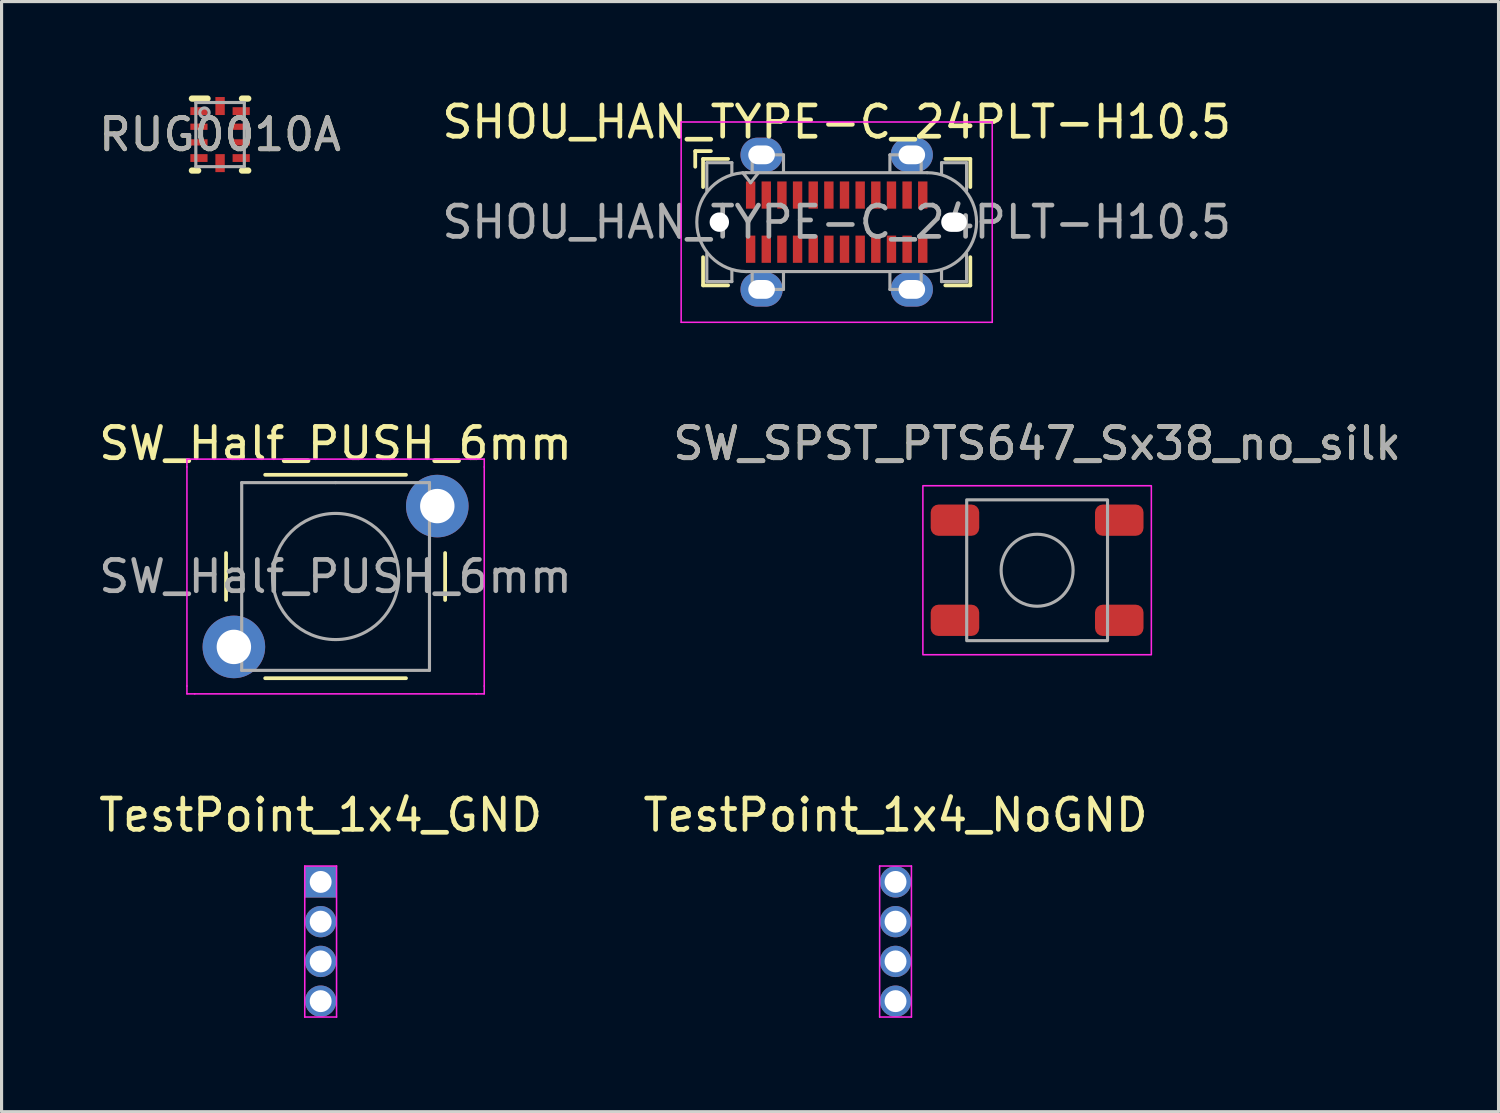
<source format=kicad_pcb>
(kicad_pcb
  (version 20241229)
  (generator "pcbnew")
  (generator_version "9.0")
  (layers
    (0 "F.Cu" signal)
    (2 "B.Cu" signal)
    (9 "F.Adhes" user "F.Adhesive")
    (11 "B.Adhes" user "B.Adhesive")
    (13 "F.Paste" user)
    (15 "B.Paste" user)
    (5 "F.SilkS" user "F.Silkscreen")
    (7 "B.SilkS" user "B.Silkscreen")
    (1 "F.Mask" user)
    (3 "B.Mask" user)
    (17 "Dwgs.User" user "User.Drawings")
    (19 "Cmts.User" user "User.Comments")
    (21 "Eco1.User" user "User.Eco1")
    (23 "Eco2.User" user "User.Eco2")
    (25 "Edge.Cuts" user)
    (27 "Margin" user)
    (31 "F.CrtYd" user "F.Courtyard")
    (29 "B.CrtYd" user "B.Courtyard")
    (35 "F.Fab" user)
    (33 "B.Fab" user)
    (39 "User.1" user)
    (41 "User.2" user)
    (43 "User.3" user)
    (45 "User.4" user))
  (footprint "SW_SPST_PTS647_Sx38_no_silk"
    (layer "F.Cu")
    (at 30.089 15.171)
    (property "Reference" "SW_SPST_PTS647_Sx38_no_silk" (at 0 -4.05 0) (layer "F.SilkS") (effects (font (size 1 1) (thickness 0.15))))
    (attr smd exclude_from_bom allow_missing_courtyard)
    (fp_rect (start -3.65 -2.7) (end 3.65 2.7) (stroke (width 0.05) (type default)) (fill no) (layer "F.CrtYd"))
    (fp_rect (start -2.25 -2.25) (end 2.25 2.25) (stroke (width 0.1) (type default)) (fill no) (layer "F.Fab"))
    (fp_circle (center 0 0) (end 1.15 0) (stroke (width 0.1) (type solid)) (fill no) (layer "F.Fab"))
    (fp_text user "${REFERENCE}" (at 0 -4.05 0) (layer "F.Fab") (effects (font (size 1 1) (thickness 0.15))))
    (pad "1" smd roundrect (at -2.625 -1.6) (size 1.55 1) (layers "F.Cu" "F.Mask" "F.Paste") (roundrect_rratio 0.25))
    (pad "1" smd roundrect (at 2.625 -1.6) (size 1.55 1) (layers "F.Cu" "F.Mask" "F.Paste") (roundrect_rratio 0.25))
    (pad "2" smd roundrect (at -2.625 1.6) (size 1.55 1) (layers "F.Cu" "F.Mask" "F.Paste") (roundrect_rratio 0.25))
    (pad "2" smd roundrect (at 2.625 1.6) (size 1.55 1) (layers "F.Cu" "F.Mask" "F.Paste") (roundrect_rratio 0.25)))
  (footprint "RUG0010A"
    (layer "F.Cu")
    (at 3.982 1.25)
    (property "Reference" "RUG0010A" (at 0 0 0) (unlocked yes) (layer "F.SilkS") (effects (font (size 1 1) (thickness 0.15))))
    (attr smd)
    (fp_line (start -0.9 -1.15) (end -0.4 -1.15) (stroke (width 0.2) (type solid)) (layer "F.SilkS"))
    (fp_line (start -0.9 1.15) (end -0.7 1.15) (stroke (width 0.2) (type solid)) (layer "F.SilkS"))
    (fp_line (start 0.7 -1.15) (end 0.9 -1.15) (stroke (width 0.2) (type solid)) (layer "F.SilkS"))
    (fp_line (start 0.7 1.15) (end 0.9 1.15) (stroke (width 0.2) (type solid)) (layer "F.SilkS"))
    (fp_line (start -0.775 -1.025) (end 0.775 -1.025) (stroke (width 0.1) (type solid)) (layer "F.Fab"))
    (fp_line (start -0.775 1.025) (end -0.775 -1.025) (stroke (width 0.1) (type solid)) (layer "F.Fab"))
    (fp_line (start -0.775 1.025) (end 0.775 1.025) (stroke (width 0.1) (type solid)) (layer "F.Fab"))
    (fp_line (start 0.775 1.025) (end 0.775 -1.025) (stroke (width 0.1) (type solid)) (layer "F.Fab"))
    (fp_circle (center -0.5 -0.7) (end -0.35 -0.7) (stroke (width 0.1) (type solid)) (fill no) (layer "F.Fab"))
    (fp_text user "${REFERENCE}" (at 0 0 0) (unlocked yes) (layer "F.Fab") (effects (font (size 1 1) (thickness 0.15))))
    (pad "1" smd rect (at -0.675 -0.75 90) (size 0.25 0.55) (layers "F.Cu" "F.Mask" "F.Paste"))
    (pad "2" smd rect (at -0.675 -0.25 90) (size 0.2 0.55) (layers "F.Cu" "F.Mask" "F.Paste"))
    (pad "3" smd rect (at -0.675 0.25 90) (size 0.2 0.55) (layers "F.Cu" "F.Mask" "F.Paste"))
    (pad "4" smd rect (at -0.675 0.75 90) (size 0.25 0.55) (layers "F.Cu" "F.Mask" "F.Paste"))
    (pad "5" smd rect (at 0 0.912 90) (size 0.575 0.3) (layers "F.Cu" "F.Mask" "F.Paste"))
    (pad "6" smd rect (at 0.675 0.75 90) (size 0.25 0.55) (layers "F.Cu" "F.Mask" "F.Paste"))
    (pad "7" smd rect (at 0.675 0.25 90) (size 0.2 0.55) (layers "F.Cu" "F.Mask" "F.Paste"))
    (pad "8" smd rect (at 0.675 -0.25 90) (size 0.2 0.55) (layers "F.Cu" "F.Mask" "F.Paste"))
    (pad "9" smd rect (at 0.675 -0.75 90) (size 0.25 0.55) (layers "F.Cu" "F.Mask" "F.Paste"))
    (pad "10" smd rect (at 0 -0.912 90) (size 0.575 0.3) (layers "F.Cu" "F.Mask" "F.Paste")))
  (footprint "TestPoint_1x4_GND"
    (layer "F.Cu")
    (at 7.196 25.13)
    (property "Reference" "TestPoint_1x4_GND" (at 0 -2.135 0) (layer "F.SilkS") (effects (font (size 1 1) (thickness 0.15))))
    (attr through_hole)
    (fp_line (start -0.508 -0.508) (end 0.508 -0.508) (stroke (width 0.05) (type solid)) (layer "F.CrtYd"))
    (fp_line (start -0.508 4.318) (end -0.508 -0.508) (stroke (width 0.05) (type solid)) (layer "F.CrtYd"))
    (fp_line (start 0.508 -0.508) (end 0.508 4.318) (stroke (width 0.05) (type solid)) (layer "F.CrtYd"))
    (fp_line (start 0.508 4.318) (end -0.508 4.318) (stroke (width 0.05) (type solid)) (layer "F.CrtYd"))
    (pad "1" thru_hole rect (at 0 0) (size 1 1) (drill 0.7) (layers "*.Cu" "*.Mask"))
    (pad "2" thru_hole oval (at 0 1.27) (size 1 1) (drill 0.7) (layers "*.Cu" "*.Mask"))
    (pad "3" thru_hole oval (at 0 2.54) (size 1 1) (drill 0.7) (layers "*.Cu" "*.Mask"))
    (pad "4" thru_hole oval (at 0 3.81) (size 1 1) (drill 0.7) (layers "*.Cu" "*.Mask")))
  (footprint "TestPoint_1x4_NoGND"
    (layer "F.Cu")
    (at 25.565 25.13)
    (property "Reference" "TestPoint_1x4_NoGND" (at 0 -2.135 0) (layer "F.SilkS") (effects (font (size 1 1) (thickness 0.15))))
    (attr through_hole)
    (fp_line (start -0.508 -0.508) (end 0.508 -0.508) (stroke (width 0.05) (type solid)) (layer "F.CrtYd"))
    (fp_line (start -0.508 4.318) (end -0.508 -0.508) (stroke (width 0.05) (type solid)) (layer "F.CrtYd"))
    (fp_line (start 0.508 -0.508) (end 0.508 4.318) (stroke (width 0.05) (type solid)) (layer "F.CrtYd"))
    (fp_line (start 0.508 4.318) (end -0.508 4.318) (stroke (width 0.05) (type solid)) (layer "F.CrtYd"))
    (pad "1" thru_hole oval (at 0 0) (size 1 1) (drill 0.7) (layers "*.Cu" "*.Mask"))
    (pad "2" thru_hole oval (at 0 1.27) (size 1 1) (drill 0.7) (layers "*.Cu" "*.Mask"))
    (pad "3" thru_hole oval (at 0 2.54) (size 1 1) (drill 0.7) (layers "*.Cu" "*.Mask"))
    (pad "4" thru_hole oval (at 0 3.81) (size 1 1) (drill 0.7) (layers "*.Cu" "*.Mask")))
  (footprint "SW_Half_PUSH_6mm"
    (layer "F.Cu")
    (at 4.423 13.121)
    (property "Reference" "SW_Half_PUSH_6mm" (at 3.25 -2 0) (layer "F.SilkS") (effects (font (size 1 1) (thickness 0.15))))
    (attr through_hole exclude_from_bom allow_missing_courtyard)
    (fp_line (start -0.25 1.5) (end -0.25 3) (stroke (width 0.12) (type solid)) (layer "F.SilkS"))
    (fp_line (start 1 5.5) (end 5.5 5.5) (stroke (width 0.12) (type solid)) (layer "F.SilkS"))
    (fp_line (start 5.5 -1) (end 1 -1) (stroke (width 0.12) (type solid)) (layer "F.SilkS"))
    (fp_line (start 6.75 3) (end 6.75 1.5) (stroke (width 0.12) (type solid)) (layer "F.SilkS"))
    (fp_line (start -1.5 -1.5) (end -1.25 -1.5) (stroke (width 0.05) (type solid)) (layer "F.CrtYd"))
    (fp_line (start -1.5 -1.25) (end -1.5 -1.5) (stroke (width 0.05) (type solid)) (layer "F.CrtYd"))
    (fp_line (start -1.5 5.75) (end -1.5 -1.25) (stroke (width 0.05) (type solid)) (layer "F.CrtYd"))
    (fp_line (start -1.5 5.75) (end -1.5 6) (stroke (width 0.05) (type solid)) (layer "F.CrtYd"))
    (fp_line (start -1.5 6) (end -1.25 6) (stroke (width 0.05) (type solid)) (layer "F.CrtYd"))
    (fp_line (start -1.25 -1.5) (end 7.75 -1.5) (stroke (width 0.05) (type solid)) (layer "F.CrtYd"))
    (fp_line (start 7.75 -1.5) (end 8 -1.5) (stroke (width 0.05) (type solid)) (layer "F.CrtYd"))
    (fp_line (start 7.75 6) (end -1.25 6) (stroke (width 0.05) (type solid)) (layer "F.CrtYd"))
    (fp_line (start 7.75 6) (end 8 6) (stroke (width 0.05) (type solid)) (layer "F.CrtYd"))
    (fp_line (start 8 -1.5) (end 8 -1.25) (stroke (width 0.05) (type solid)) (layer "F.CrtYd"))
    (fp_line (start 8 -1.25) (end 8 5.75) (stroke (width 0.05) (type solid)) (layer "F.CrtYd"))
    (fp_line (start 8 6) (end 8 5.75) (stroke (width 0.05) (type solid)) (layer "F.CrtYd"))
    (fp_line (start 0.25 -0.75) (end 3.25 -0.75) (stroke (width 0.1) (type solid)) (layer "F.Fab"))
    (fp_line (start 0.25 5.25) (end 0.25 -0.75) (stroke (width 0.1) (type solid)) (layer "F.Fab"))
    (fp_line (start 3.25 -0.75) (end 6.25 -0.75) (stroke (width 0.1) (type solid)) (layer "F.Fab"))
    (fp_line (start 6.25 -0.75) (end 6.25 5.25) (stroke (width 0.1) (type solid)) (layer "F.Fab"))
    (fp_line (start 6.25 5.25) (end 0.25 5.25) (stroke (width 0.1) (type solid)) (layer "F.Fab"))
    (fp_circle (center 3.25 2.25) (end 1.25 2.5) (stroke (width 0.1) (type solid)) (fill no) (layer "F.Fab"))
    (fp_text user "${REFERENCE}" (at 3.25 2.25 0) (layer "F.Fab") (effects (font (size 1 1) (thickness 0.15))))
    (pad "1" thru_hole circle (at 6.5 0 90) (size 2 2) (drill 1.1) (layers "*.Cu" "*.Mask"))
    (pad "2" thru_hole circle (at 0 4.5 90) (size 2 2) (drill 1.1) (layers "*.Cu" "*.Mask")))
  (footprint "SHOU_HAN_TYPE-C_24PLT-H10.5"
    (layer "F.Cu")
    (at 23.685 4.048)
    (property "Reference" "SHOU_HAN_TYPE-C_24PLT-H10.5" (at 0 -3.2 0) (layer "F.SilkS") (effects (font (size 1 1) (thickness 0.15))))
    (attr smd)
    (fp_line (start -4.52 -2.27) (end -4.52 -1.77) (stroke (width 0.12) (type solid)) (layer "F.SilkS"))
    (fp_line (start -4.52 -2.27) (end -4.02 -2.27) (stroke (width 0.12) (type solid)) (layer "F.SilkS"))
    (fp_line (start -4.27 -2.02) (end -4.27 -1.12) (stroke (width 0.12) (type solid)) (layer "F.SilkS"))
    (fp_line (start -4.27 -2.02) (end -3.47 -2.02) (stroke (width 0.12) (type solid)) (layer "F.SilkS"))
    (fp_line (start -4.27 2.02) (end -4.27 1.12) (stroke (width 0.12) (type solid)) (layer "F.SilkS"))
    (fp_line (start -4.27 2.02) (end -3.47 2.02) (stroke (width 0.12) (type solid)) (layer "F.SilkS"))
    (fp_line (start 4.27 -2.02) (end 3.47 -2.02) (stroke (width 0.12) (type solid)) (layer "F.SilkS"))
    (fp_line (start 4.27 -2.02) (end 4.27 -1.12) (stroke (width 0.12) (type solid)) (layer "F.SilkS"))
    (fp_line (start 4.27 2.02) (end 3.47 2.02) (stroke (width 0.12) (type solid)) (layer "F.SilkS"))
    (fp_line (start 4.27 2.02) (end 4.27 1.12) (stroke (width 0.12) (type solid)) (layer "F.SilkS"))
    (fp_line (start -4.97 -3.2) (end -4.97 3.2) (stroke (width 0.05) (type solid)) (layer "F.CrtYd"))
    (fp_line (start -4.97 3.2) (end 4.97 3.2) (stroke (width 0.05) (type solid)) (layer "F.CrtYd"))
    (fp_line (start 4.97 -3.2) (end -4.97 -3.2) (stroke (width 0.05) (type solid)) (layer "F.CrtYd"))
    (fp_line (start 4.97 3.2) (end 4.97 -3.2) (stroke (width 0.05) (type solid)) (layer "F.CrtYd"))
    (fp_line (start -4.15 -1.9) (end -4.15 -1) (stroke (width 0.1) (type solid)) (layer "F.Fab"))
    (fp_line (start -4.15 -1.9) (end -3.35 -1.9) (stroke (width 0.1) (type solid)) (layer "F.Fab"))
    (fp_line (start -4.15 1.9) (end -4.15 1) (stroke (width 0.1) (type solid)) (layer "F.Fab"))
    (fp_line (start -4.15 1.9) (end -3.35 1.9) (stroke (width 0.1) (type solid)) (layer "F.Fab"))
    (fp_line (start -3.35 -1.9) (end -3.35 -1.55) (stroke (width 0.1) (type solid)) (layer "F.Fab"))
    (fp_line (start -3.35 1.9) (end -3.35 1.55) (stroke (width 0.1) (type solid)) (layer "F.Fab"))
    (fp_line (start -2.89 1.58) (end 2.89 1.58) (stroke (width 0.1) (type solid)) (layer "F.Fab"))
    (fp_line (start -2.75 -1.26) (end -3 -1.58) (stroke (width 0.1) (type solid)) (layer "F.Fab"))
    (fp_line (start -2.7 -2.15) (end -1.7 -2.15) (stroke (width 0.1) (type solid)) (layer "F.Fab"))
    (fp_line (start -2.7 -1.6) (end -2.7 -2.15) (stroke (width 0.1) (type solid)) (layer "F.Fab"))
    (fp_line (start -2.7 1.6) (end -2.7 2.15) (stroke (width 0.1) (type solid)) (layer "F.Fab"))
    (fp_line (start -2.7 2.15) (end -1.7 2.15) (stroke (width 0.1) (type solid)) (layer "F.Fab"))
    (fp_line (start -2.5 -1.58) (end -2.75 -1.26) (stroke (width 0.1) (type solid)) (layer "F.Fab"))
    (fp_line (start -1.7 -2.15) (end -1.7 -1.6) (stroke (width 0.1) (type solid)) (layer "F.Fab"))
    (fp_line (start -1.7 2.15) (end -1.7 1.6) (stroke (width 0.1) (type solid)) (layer "F.Fab"))
    (fp_line (start 1.7 -2.15) (end 1.7 -1.6) (stroke (width 0.1) (type solid)) (layer "F.Fab"))
    (fp_line (start 1.7 2.15) (end 1.7 1.6) (stroke (width 0.1) (type solid)) (layer "F.Fab"))
    (fp_line (start 2.7 -2.15) (end 1.7 -2.15) (stroke (width 0.1) (type solid)) (layer "F.Fab"))
    (fp_line (start 2.7 -1.6) (end 2.7 -2.15) (stroke (width 0.1) (type solid)) (layer "F.Fab"))
    (fp_line (start 2.7 1.6) (end 2.7 2.15) (stroke (width 0.1) (type solid)) (layer "F.Fab"))
    (fp_line (start 2.7 2.15) (end 1.7 2.15) (stroke (width 0.1) (type solid)) (layer "F.Fab"))
    (fp_line (start 2.89 -1.58) (end -2.89 -1.58) (stroke (width 0.1) (type solid)) (layer "F.Fab"))
    (fp_line (start 3.35 -1.9) (end 3.35 -1.55) (stroke (width 0.1) (type solid)) (layer "F.Fab"))
    (fp_line (start 3.35 1.9) (end 3.35 1.55) (stroke (width 0.1) (type solid)) (layer "F.Fab"))
    (fp_line (start 4.15 -1.9) (end 3.35 -1.9) (stroke (width 0.1) (type solid)) (layer "F.Fab"))
    (fp_line (start 4.15 -1.9) (end 4.15 -1) (stroke (width 0.1) (type solid)) (layer "F.Fab"))
    (fp_line (start 4.15 1.9) (end 3.35 1.9) (stroke (width 0.1) (type solid)) (layer "F.Fab"))
    (fp_line (start 4.15 1.9) (end 4.15 1) (stroke (width 0.1) (type solid)) (layer "F.Fab"))
    (fp_arc (start -2.89 1.58) (mid -4.47 0) (end -2.89 -1.58) (stroke (width 0.1) (type solid)) (layer "F.Fab"))
    (fp_arc (start 2.89 -1.58) (mid 4.47 0) (end 2.89 1.58) (stroke (width 0.1) (type solid)) (layer "F.Fab"))
    (fp_text user "${REFERENCE}" (at 0 0 0) (unlocked yes) (layer "F.Fab") (effects (font (size 1 1) (thickness 0.15))))
    (pad "" np_thru_hole circle (at -3.75 0) (size 0.62 0.62) (drill 0.62) (layers "*.Cu" "*.Mask"))
    (pad "" np_thru_hole oval (at 3.75 0) (size 0.82 0.62) (drill oval 0.82 0.62) (layers "*.Cu" "*.Mask"))
    (pad "A1" smd rect (at -2.75 -0.865) (size 0.3 0.87) (layers "F.Cu" "F.Mask" "F.Paste"))
    (pad "A2" smd rect (at -2.25 -0.865) (size 0.3 0.87) (layers "F.Cu" "F.Mask" "F.Paste"))
    (pad "A3" smd rect (at -1.75 -0.865) (size 0.3 0.87) (layers "F.Cu" "F.Mask" "F.Paste"))
    (pad "A4" smd rect (at -1.25 -0.865) (size 0.3 0.87) (layers "F.Cu" "F.Mask" "F.Paste"))
    (pad "A5" smd rect (at -0.75 -0.865) (size 0.3 0.87) (layers "F.Cu" "F.Mask" "F.Paste"))
    (pad "A6" smd rect (at -0.25 -0.865) (size 0.3 0.87) (layers "F.Cu" "F.Mask" "F.Paste"))
    (pad "A7" smd rect (at 0.25 -0.865) (size 0.3 0.87) (layers "F.Cu" "F.Mask" "F.Paste"))
    (pad "A8" smd rect (at 0.75 -0.865) (size 0.3 0.87) (layers "F.Cu" "F.Mask" "F.Paste"))
    (pad "A9" smd rect (at 1.25 -0.865) (size 0.3 0.87) (layers "F.Cu" "F.Mask" "F.Paste"))
    (pad "A10" smd rect (at 1.75 -0.865) (size 0.3 0.87) (layers "F.Cu" "F.Mask" "F.Paste"))
    (pad "A11" smd rect (at 2.25 -0.865) (size 0.3 0.87) (layers "F.Cu" "F.Mask" "F.Paste"))
    (pad "A12" smd rect (at 2.75 -0.865) (size 0.3 0.87) (layers "F.Cu" "F.Mask" "F.Paste"))
    (pad "B1" smd rect (at 2.75 0.865) (size 0.3 0.87) (layers "F.Cu" "F.Mask" "F.Paste"))
    (pad "B2" smd rect (at 2.25 0.865) (size 0.3 0.87) (layers "F.Cu" "F.Mask" "F.Paste"))
    (pad "B3" smd rect (at 1.75 0.865) (size 0.3 0.87) (layers "F.Cu" "F.Mask" "F.Paste"))
    (pad "B4" smd rect (at 1.25 0.865) (size 0.3 0.87) (layers "F.Cu" "F.Mask" "F.Paste"))
    (pad "B5" smd rect (at 0.75 0.865) (size 0.3 0.87) (layers "F.Cu" "F.Mask" "F.Paste"))
    (pad "B6" smd rect (at 0.25 0.865) (size 0.3 0.87) (layers "F.Cu" "F.Mask" "F.Paste"))
    (pad "B7" smd rect (at -0.25 0.865) (size 0.3 0.87) (layers "F.Cu" "F.Mask" "F.Paste"))
    (pad "B8" smd rect (at -0.75 0.865) (size 0.3 0.87) (layers "F.Cu" "F.Mask" "F.Paste"))
    (pad "B9" smd rect (at -1.25 0.865) (size 0.3 0.87) (layers "F.Cu" "F.Mask" "F.Paste"))
    (pad "B10" smd rect (at -1.75 0.865) (size 0.3 0.87) (layers "F.Cu" "F.Mask" "F.Paste"))
    (pad "B11" smd rect (at -2.25 0.865) (size 0.3 0.87) (layers "F.Cu" "F.Mask" "F.Paste"))
    (pad "B12" smd rect (at -2.75 0.865) (size 0.3 0.87) (layers "F.Cu" "F.Mask" "F.Paste"))
    (pad "S1" thru_hole oval (at -2.4 -2.15) (size 1.35 1.1) (drill oval 0.85 0.6) (layers "*.Cu" "*.Mask" "F.Paste"))
    (pad "S1" thru_hole oval (at -2.4 2.15) (size 1.35 1.1) (drill oval 0.85 0.6) (layers "*.Cu" "*.Mask" "F.Paste"))
    (pad "S1" thru_hole oval (at 2.4 -2.15) (size 1.35 1.1) (drill oval 0.85 0.6) (layers "*.Cu" "*.Mask" "F.Paste"))
    (pad "S1" thru_hole oval (at 2.4 2.15) (size 1.35 1.1) (drill oval 0.85 0.6) (layers "*.Cu" "*.Mask" "F.Paste")))
  (gr_rect
    (start -3 -3)
    (end 44.833 32.473)
    (stroke (width 0.1) (type default))
    (fill no)
    (layer "Edge.Cuts")))
</source>
